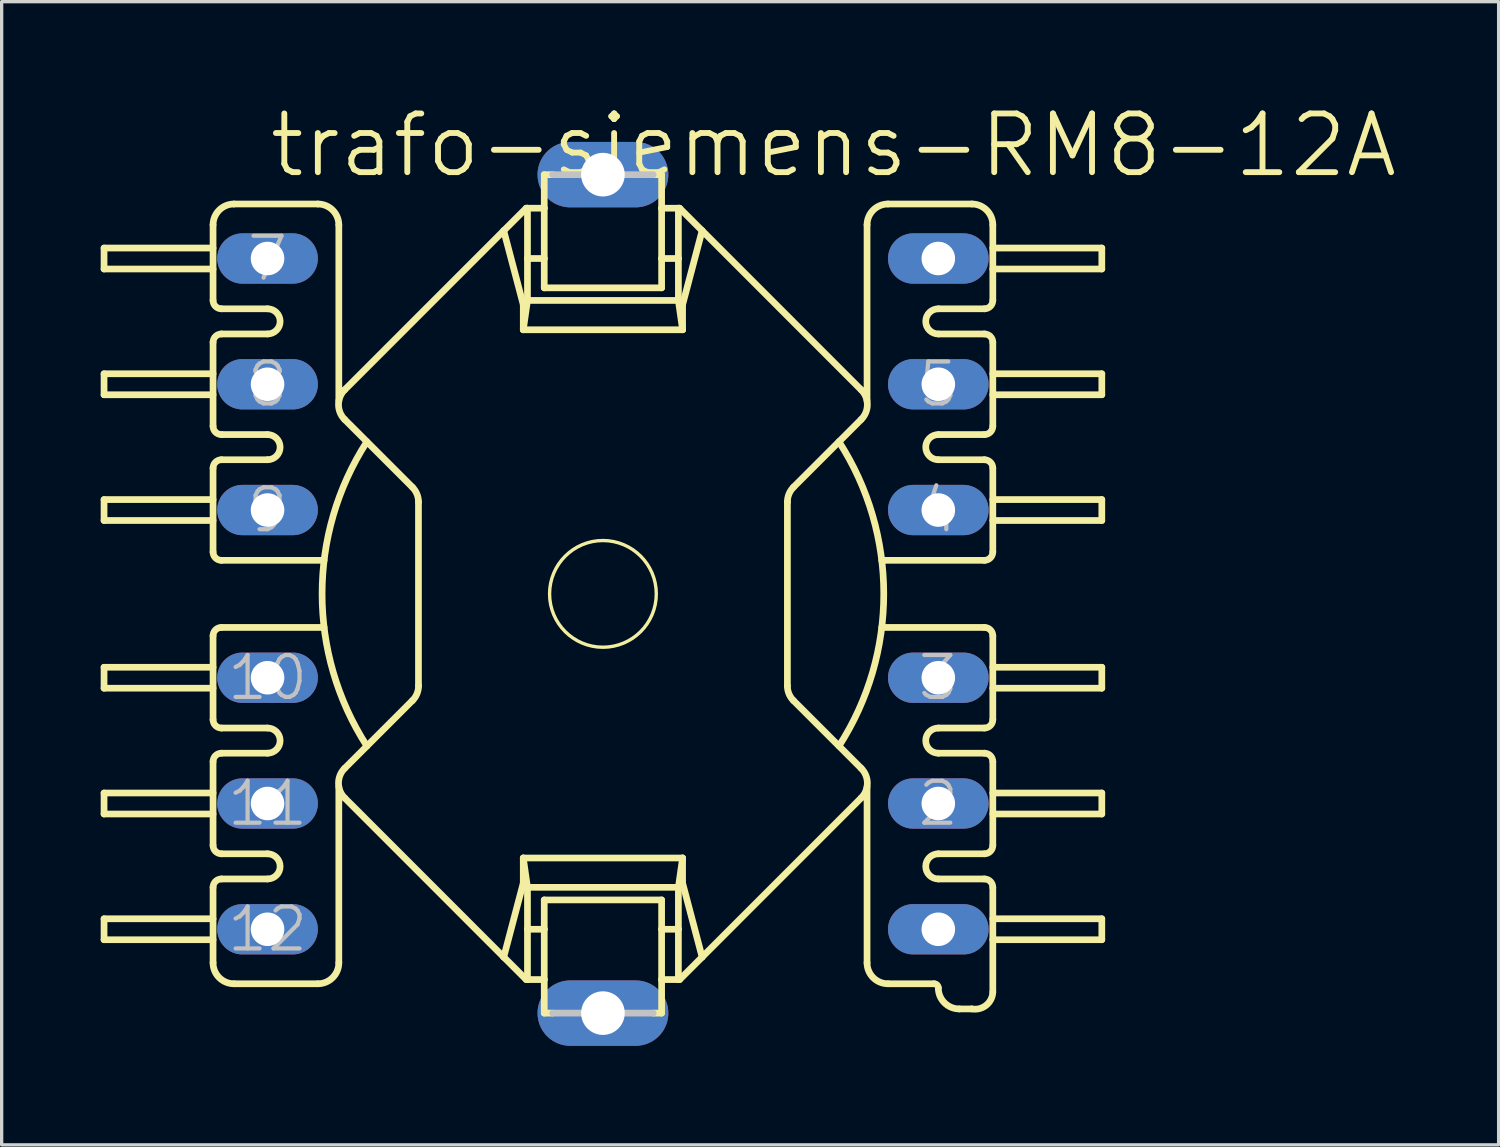
<source format=kicad_pcb>
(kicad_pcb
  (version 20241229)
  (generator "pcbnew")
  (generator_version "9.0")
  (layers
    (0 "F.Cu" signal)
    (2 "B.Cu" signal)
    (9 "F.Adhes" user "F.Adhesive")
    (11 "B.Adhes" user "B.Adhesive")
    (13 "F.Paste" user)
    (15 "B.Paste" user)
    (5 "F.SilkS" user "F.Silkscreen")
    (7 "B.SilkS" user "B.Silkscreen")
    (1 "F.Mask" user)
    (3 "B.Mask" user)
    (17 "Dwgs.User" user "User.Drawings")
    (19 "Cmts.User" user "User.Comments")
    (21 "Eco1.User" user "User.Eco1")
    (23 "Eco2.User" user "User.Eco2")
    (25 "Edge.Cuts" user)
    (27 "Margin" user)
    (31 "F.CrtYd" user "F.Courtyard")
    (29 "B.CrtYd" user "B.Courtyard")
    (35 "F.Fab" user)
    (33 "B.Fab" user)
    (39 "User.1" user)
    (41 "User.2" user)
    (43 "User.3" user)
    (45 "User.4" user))
  (footprint "trafo-siemens-RM8-12A"
    (layer "F.Cu")
    (at 15.215 14.941)
    (property "Reference" "trafo-siemens-RM8-12A" (at 6.985 -13.589 0) (layer "F.SilkS") (effects (font (size 1.778 1.778) (thickness 0.178))))
    (attr exclude_from_pos_files exclude_from_bom)
    (fp_line (start -15.113 -10.477) (end -15.113 -9.842) (stroke (width 0.203) (type solid)) (layer "F.SilkS"))
    (fp_line (start -15.113 -10.477) (end -11.811 -10.477) (stroke (width 0.203) (type solid)) (layer "F.SilkS"))
    (fp_line (start -15.113 -9.842) (end -11.811 -9.842) (stroke (width 0.203) (type solid)) (layer "F.SilkS"))
    (fp_line (start -15.113 -6.668) (end -15.113 -6.032) (stroke (width 0.203) (type solid)) (layer "F.SilkS"))
    (fp_line (start -15.113 -6.668) (end -11.811 -6.668) (stroke (width 0.203) (type solid)) (layer "F.SilkS"))
    (fp_line (start -15.113 -6.032) (end -11.811 -6.032) (stroke (width 0.203) (type solid)) (layer "F.SilkS"))
    (fp_line (start -15.113 -2.857) (end -15.113 -2.223) (stroke (width 0.203) (type solid)) (layer "F.SilkS"))
    (fp_line (start -15.113 -2.857) (end -11.811 -2.857) (stroke (width 0.203) (type solid)) (layer "F.SilkS"))
    (fp_line (start -15.113 -2.223) (end -11.811 -2.223) (stroke (width 0.203) (type solid)) (layer "F.SilkS"))
    (fp_line (start -15.113 2.223) (end -11.811 2.223) (stroke (width 0.203) (type solid)) (layer "F.SilkS"))
    (fp_line (start -15.113 2.857) (end -15.113 2.223) (stroke (width 0.203) (type solid)) (layer "F.SilkS"))
    (fp_line (start -15.113 2.857) (end -11.811 2.857) (stroke (width 0.203) (type solid)) (layer "F.SilkS"))
    (fp_line (start -15.113 6.032) (end -11.811 6.032) (stroke (width 0.203) (type solid)) (layer "F.SilkS"))
    (fp_line (start -15.113 6.668) (end -15.113 6.032) (stroke (width 0.203) (type solid)) (layer "F.SilkS"))
    (fp_line (start -15.113 6.668) (end -11.811 6.668) (stroke (width 0.203) (type solid)) (layer "F.SilkS"))
    (fp_line (start -15.113 9.842) (end -11.811 9.842) (stroke (width 0.203) (type solid)) (layer "F.SilkS"))
    (fp_line (start -15.113 10.477) (end -15.113 9.842) (stroke (width 0.203) (type solid)) (layer "F.SilkS"))
    (fp_line (start -15.113 10.477) (end -11.811 10.477) (stroke (width 0.203) (type solid)) (layer "F.SilkS"))
    (fp_line (start -11.811 -8.89) (end -11.811 -11.176) (stroke (width 0.203) (type solid)) (layer "F.SilkS"))
    (fp_line (start -11.811 -5.08) (end -11.811 -7.62) (stroke (width 0.203) (type solid)) (layer "F.SilkS"))
    (fp_line (start -11.811 -3.81) (end -11.811 -1.27) (stroke (width 0.203) (type solid)) (layer "F.SilkS"))
    (fp_line (start -11.811 3.81) (end -11.811 1.27) (stroke (width 0.203) (type solid)) (layer "F.SilkS"))
    (fp_line (start -11.811 7.62) (end -11.811 5.08) (stroke (width 0.203) (type solid)) (layer "F.SilkS"))
    (fp_line (start -11.811 11.176) (end -11.811 8.89) (stroke (width 0.203) (type solid)) (layer "F.SilkS"))
    (fp_line (start -11.557 -1.016) (end -8.448 -1.016) (stroke (width 0.203) (type solid)) (layer "F.SilkS"))
    (fp_line (start -11.557 1.016) (end -8.448 1.016) (stroke (width 0.203) (type solid)) (layer "F.SilkS"))
    (fp_line (start -10.16 -8.636) (end -11.557 -8.636) (stroke (width 0.203) (type solid)) (layer "F.SilkS"))
    (fp_line (start -10.16 -7.874) (end -11.557 -7.874) (stroke (width 0.203) (type solid)) (layer "F.SilkS"))
    (fp_line (start -10.16 -4.826) (end -11.557 -4.826) (stroke (width 0.203) (type solid)) (layer "F.SilkS"))
    (fp_line (start -10.16 -4.064) (end -11.557 -4.064) (stroke (width 0.203) (type solid)) (layer "F.SilkS"))
    (fp_line (start -10.16 4.064) (end -11.557 4.064) (stroke (width 0.203) (type solid)) (layer "F.SilkS"))
    (fp_line (start -10.16 4.826) (end -11.557 4.826) (stroke (width 0.203) (type solid)) (layer "F.SilkS"))
    (fp_line (start -10.16 7.874) (end -11.557 7.874) (stroke (width 0.203) (type solid)) (layer "F.SilkS"))
    (fp_line (start -10.16 8.636) (end -11.557 8.636) (stroke (width 0.203) (type solid)) (layer "F.SilkS"))
    (fp_line (start -8.636 -11.811) (end -11.176 -11.811) (stroke (width 0.203) (type solid)) (layer "F.SilkS"))
    (fp_line (start -8.636 11.811) (end -11.176 11.811) (stroke (width 0.203) (type solid)) (layer "F.SilkS"))
    (fp_line (start -8.001 -11.176) (end -8.001 -5.85) (stroke (width 0.203) (type solid)) (layer "F.SilkS"))
    (fp_line (start -8.001 5.85) (end -8.001 11.176) (stroke (width 0.203) (type solid)) (layer "F.SilkS"))
    (fp_line (start -7.823 6.182) (end -3.005 11.003) (stroke (width 0.203) (type solid)) (layer "F.SilkS"))
    (fp_line (start -5.773 -3.233) (end -7.823 -5.283) (stroke (width 0.203) (type solid)) (layer "F.SilkS"))
    (fp_line (start -5.773 3.233) (end -7.823 5.283) (stroke (width 0.203) (type solid)) (layer "F.SilkS"))
    (fp_line (start -5.588 -2.784) (end -5.588 2.784) (stroke (width 0.203) (type solid)) (layer "F.SilkS"))
    (fp_line (start -3.005 -11.003) (end -7.823 -6.182) (stroke (width 0.203) (type solid)) (layer "F.SilkS"))
    (fp_line (start -3.005 -11.003) (end -2.413 -8.76) (stroke (width 0.203) (type solid)) (layer "F.SilkS"))
    (fp_line (start -3.005 11.003) (end -2.324 11.684) (stroke (width 0.203) (type solid)) (layer "F.SilkS"))
    (fp_line (start -2.413 -8.001) (end -2.413 -8.76) (stroke (width 0.203) (type solid)) (layer "F.SilkS"))
    (fp_line (start -2.413 8.001) (end -2.413 8.76) (stroke (width 0.203) (type solid)) (layer "F.SilkS"))
    (fp_line (start -2.413 8.76) (end -3.005 11.003) (stroke (width 0.203) (type solid)) (layer "F.SilkS"))
    (fp_line (start -2.324 -11.684) (end -3.005 -11.003) (stroke (width 0.203) (type solid)) (layer "F.SilkS"))
    (fp_line (start -2.324 -11.684) (end -2.286 -11.684) (stroke (width 0.203) (type solid)) (layer "F.SilkS"))
    (fp_line (start -2.286 -11.684) (end -1.778 -11.684) (stroke (width 0.203) (type solid)) (layer "F.SilkS"))
    (fp_line (start -2.286 -10.16) (end -2.286 -11.684) (stroke (width 0.203) (type solid)) (layer "F.SilkS"))
    (fp_line (start -2.286 -8.89) (end -2.413 -8.001) (stroke (width 0.203) (type solid)) (layer "F.SilkS"))
    (fp_line (start -2.286 -8.89) (end -2.286 -10.16) (stroke (width 0.203) (type solid)) (layer "F.SilkS"))
    (fp_line (start -2.286 -8.89) (end 2.286 -8.89) (stroke (width 0.203) (type solid)) (layer "F.SilkS"))
    (fp_line (start -2.286 8.89) (end -2.413 8.001) (stroke (width 0.203) (type solid)) (layer "F.SilkS"))
    (fp_line (start -2.286 8.89) (end -2.286 10.16) (stroke (width 0.203) (type solid)) (layer "F.SilkS"))
    (fp_line (start -2.286 8.89) (end 2.286 8.89) (stroke (width 0.203) (type solid)) (layer "F.SilkS"))
    (fp_line (start -2.286 10.16) (end -2.286 11.684) (stroke (width 0.203) (type solid)) (layer "F.SilkS"))
    (fp_line (start -2.286 10.16) (end -1.778 10.16) (stroke (width 0.203) (type solid)) (layer "F.SilkS"))
    (fp_line (start -2.286 11.684) (end -2.324 11.684) (stroke (width 0.203) (type solid)) (layer "F.SilkS"))
    (fp_line (start -2.286 11.684) (end -1.778 11.684) (stroke (width 0.203) (type solid)) (layer "F.SilkS"))
    (fp_line (start -1.778 -12.7) (end -1.524 -12.7) (stroke (width 0.203) (type solid)) (layer "F.SilkS"))
    (fp_line (start -1.778 -11.684) (end -1.778 -12.7) (stroke (width 0.203) (type solid)) (layer "F.SilkS"))
    (fp_line (start -1.778 -10.16) (end -2.286 -10.16) (stroke (width 0.203) (type solid)) (layer "F.SilkS"))
    (fp_line (start -1.778 -10.16) (end -1.778 -11.684) (stroke (width 0.203) (type solid)) (layer "F.SilkS"))
    (fp_line (start -1.778 -9.271) (end -1.778 -10.16) (stroke (width 0.203) (type solid)) (layer "F.SilkS"))
    (fp_line (start -1.778 -9.271) (end 1.778 -9.271) (stroke (width 0.203) (type solid)) (layer "F.SilkS"))
    (fp_line (start -1.778 10.16) (end -1.778 9.271) (stroke (width 0.203) (type solid)) (layer "F.SilkS"))
    (fp_line (start -1.778 11.684) (end -1.778 10.16) (stroke (width 0.203) (type solid)) (layer "F.SilkS"))
    (fp_line (start -1.778 12.7) (end -1.778 11.684) (stroke (width 0.203) (type solid)) (layer "F.SilkS"))
    (fp_line (start -1.524 12.7) (end -1.778 12.7) (stroke (width 0.203) (type solid)) (layer "F.SilkS"))
    (fp_line (start 1.524 -12.7) (end 1.778 -12.7) (stroke (width 0.203) (type solid)) (layer "F.SilkS"))
    (fp_line (start 1.778 -12.7) (end 1.778 -11.684) (stroke (width 0.203) (type solid)) (layer "F.SilkS"))
    (fp_line (start 1.778 -11.684) (end 1.778 -10.16) (stroke (width 0.203) (type solid)) (layer "F.SilkS"))
    (fp_line (start 1.778 -10.16) (end 1.778 -9.271) (stroke (width 0.203) (type solid)) (layer "F.SilkS"))
    (fp_line (start 1.778 9.271) (end -1.778 9.271) (stroke (width 0.203) (type solid)) (layer "F.SilkS"))
    (fp_line (start 1.778 9.271) (end 1.778 10.16) (stroke (width 0.203) (type solid)) (layer "F.SilkS"))
    (fp_line (start 1.778 10.16) (end 1.778 11.684) (stroke (width 0.203) (type solid)) (layer "F.SilkS"))
    (fp_line (start 1.778 10.16) (end 2.286 10.16) (stroke (width 0.203) (type solid)) (layer "F.SilkS"))
    (fp_line (start 1.778 11.684) (end 1.778 12.7) (stroke (width 0.203) (type solid)) (layer "F.SilkS"))
    (fp_line (start 1.778 12.7) (end 1.524 12.7) (stroke (width 0.203) (type solid)) (layer "F.SilkS"))
    (fp_line (start 2.286 -11.684) (end 1.778 -11.684) (stroke (width 0.203) (type solid)) (layer "F.SilkS"))
    (fp_line (start 2.286 -11.684) (end 2.324 -11.684) (stroke (width 0.203) (type solid)) (layer "F.SilkS"))
    (fp_line (start 2.286 -10.16) (end 1.778 -10.16) (stroke (width 0.203) (type solid)) (layer "F.SilkS"))
    (fp_line (start 2.286 -10.16) (end 2.286 -11.684) (stroke (width 0.203) (type solid)) (layer "F.SilkS"))
    (fp_line (start 2.286 -8.89) (end 2.286 -10.16) (stroke (width 0.203) (type solid)) (layer "F.SilkS"))
    (fp_line (start 2.286 -8.89) (end 2.413 -8.001) (stroke (width 0.203) (type solid)) (layer "F.SilkS"))
    (fp_line (start 2.286 8.89) (end 2.286 10.16) (stroke (width 0.203) (type solid)) (layer "F.SilkS"))
    (fp_line (start 2.286 8.89) (end 2.413 8.001) (stroke (width 0.203) (type solid)) (layer "F.SilkS"))
    (fp_line (start 2.286 10.16) (end 2.286 11.684) (stroke (width 0.203) (type solid)) (layer "F.SilkS"))
    (fp_line (start 2.286 11.684) (end 1.778 11.684) (stroke (width 0.203) (type solid)) (layer "F.SilkS"))
    (fp_line (start 2.324 -11.684) (end 3.005 -11.003) (stroke (width 0.203) (type solid)) (layer "F.SilkS"))
    (fp_line (start 2.324 11.684) (end 2.286 11.684) (stroke (width 0.203) (type solid)) (layer "F.SilkS"))
    (fp_line (start 2.413 -8.001) (end -2.413 -8.001) (stroke (width 0.203) (type solid)) (layer "F.SilkS"))
    (fp_line (start 2.413 -8.001) (end 2.413 -8.76) (stroke (width 0.203) (type solid)) (layer "F.SilkS"))
    (fp_line (start 2.413 8.001) (end -2.413 8.001) (stroke (width 0.203) (type solid)) (layer "F.SilkS"))
    (fp_line (start 2.413 8.001) (end 2.413 8.76) (stroke (width 0.203) (type solid)) (layer "F.SilkS"))
    (fp_line (start 2.413 8.76) (end 3.005 11.003) (stroke (width 0.203) (type solid)) (layer "F.SilkS"))
    (fp_line (start 3.005 -11.003) (end 2.413 -8.76) (stroke (width 0.203) (type solid)) (layer "F.SilkS"))
    (fp_line (start 3.005 -11.003) (end 7.823 -6.182) (stroke (width 0.203) (type solid)) (layer "F.SilkS"))
    (fp_line (start 3.005 11.003) (end 2.324 11.684) (stroke (width 0.203) (type solid)) (layer "F.SilkS"))
    (fp_line (start 5.588 -2.784) (end 5.588 2.784) (stroke (width 0.203) (type solid)) (layer "F.SilkS"))
    (fp_line (start 5.773 -3.233) (end 7.823 -5.283) (stroke (width 0.203) (type solid)) (layer "F.SilkS"))
    (fp_line (start 5.773 3.233) (end 7.823 5.283) (stroke (width 0.203) (type solid)) (layer "F.SilkS"))
    (fp_line (start 7.823 6.182) (end 3.005 11.003) (stroke (width 0.203) (type solid)) (layer "F.SilkS"))
    (fp_line (start 8.001 -11.176) (end 8.001 -5.85) (stroke (width 0.203) (type solid)) (layer "F.SilkS"))
    (fp_line (start 8.001 5.85) (end 8.001 11.176) (stroke (width 0.203) (type solid)) (layer "F.SilkS"))
    (fp_line (start 8.636 11.811) (end 10.033 11.811) (stroke (width 0.203) (type solid)) (layer "F.SilkS"))
    (fp_line (start 10.16 -8.636) (end 11.557 -8.636) (stroke (width 0.203) (type solid)) (layer "F.SilkS"))
    (fp_line (start 10.16 -7.874) (end 11.557 -7.874) (stroke (width 0.203) (type solid)) (layer "F.SilkS"))
    (fp_line (start 10.16 -4.826) (end 11.557 -4.826) (stroke (width 0.203) (type solid)) (layer "F.SilkS"))
    (fp_line (start 10.16 -4.064) (end 11.557 -4.064) (stroke (width 0.203) (type solid)) (layer "F.SilkS"))
    (fp_line (start 10.16 4.064) (end 11.557 4.064) (stroke (width 0.203) (type solid)) (layer "F.SilkS"))
    (fp_line (start 10.16 4.826) (end 11.557 4.826) (stroke (width 0.203) (type solid)) (layer "F.SilkS"))
    (fp_line (start 10.16 7.874) (end 11.557 7.874) (stroke (width 0.203) (type solid)) (layer "F.SilkS"))
    (fp_line (start 10.16 8.636) (end 11.557 8.636) (stroke (width 0.203) (type solid)) (layer "F.SilkS"))
    (fp_line (start 11.176 -11.811) (end 8.636 -11.811) (stroke (width 0.203) (type solid)) (layer "F.SilkS"))
    (fp_line (start 11.176 12.573) (end 10.795 12.573) (stroke (width 0.203) (type solid)) (layer "F.SilkS"))
    (fp_line (start 11.557 -1.016) (end 8.448 -1.016) (stroke (width 0.203) (type solid)) (layer "F.SilkS"))
    (fp_line (start 11.557 1.016) (end 8.448 1.016) (stroke (width 0.203) (type solid)) (layer "F.SilkS"))
    (fp_line (start 11.811 -8.89) (end 11.811 -11.176) (stroke (width 0.203) (type solid)) (layer "F.SilkS"))
    (fp_line (start 11.811 -5.08) (end 11.811 -7.62) (stroke (width 0.203) (type solid)) (layer "F.SilkS"))
    (fp_line (start 11.811 -3.81) (end 11.811 -1.27) (stroke (width 0.203) (type solid)) (layer "F.SilkS"))
    (fp_line (start 11.811 3.81) (end 11.811 1.27) (stroke (width 0.203) (type solid)) (layer "F.SilkS"))
    (fp_line (start 11.811 7.62) (end 11.811 5.08) (stroke (width 0.203) (type solid)) (layer "F.SilkS"))
    (fp_line (start 11.811 12.065) (end 11.811 8.89) (stroke (width 0.203) (type solid)) (layer "F.SilkS"))
    (fp_line (start 15.113 -10.477) (end 11.811 -10.477) (stroke (width 0.203) (type solid)) (layer "F.SilkS"))
    (fp_line (start 15.113 -10.477) (end 15.113 -9.842) (stroke (width 0.203) (type solid)) (layer "F.SilkS"))
    (fp_line (start 15.113 -9.842) (end 11.811 -9.842) (stroke (width 0.203) (type solid)) (layer "F.SilkS"))
    (fp_line (start 15.113 -6.668) (end 11.811 -6.668) (stroke (width 0.203) (type solid)) (layer "F.SilkS"))
    (fp_line (start 15.113 -6.668) (end 15.113 -6.032) (stroke (width 0.203) (type solid)) (layer "F.SilkS"))
    (fp_line (start 15.113 -6.032) (end 11.811 -6.032) (stroke (width 0.203) (type solid)) (layer "F.SilkS"))
    (fp_line (start 15.113 -2.857) (end 11.811 -2.857) (stroke (width 0.203) (type solid)) (layer "F.SilkS"))
    (fp_line (start 15.113 -2.857) (end 15.113 -2.223) (stroke (width 0.203) (type solid)) (layer "F.SilkS"))
    (fp_line (start 15.113 -2.223) (end 11.811 -2.223) (stroke (width 0.203) (type solid)) (layer "F.SilkS"))
    (fp_line (start 15.113 2.223) (end 11.811 2.223) (stroke (width 0.203) (type solid)) (layer "F.SilkS"))
    (fp_line (start 15.113 2.857) (end 11.811 2.857) (stroke (width 0.203) (type solid)) (layer "F.SilkS"))
    (fp_line (start 15.113 2.857) (end 15.113 2.223) (stroke (width 0.203) (type solid)) (layer "F.SilkS"))
    (fp_line (start 15.113 6.032) (end 11.811 6.032) (stroke (width 0.203) (type solid)) (layer "F.SilkS"))
    (fp_line (start 15.113 6.668) (end 11.811 6.668) (stroke (width 0.203) (type solid)) (layer "F.SilkS"))
    (fp_line (start 15.113 6.668) (end 15.113 6.032) (stroke (width 0.203) (type solid)) (layer "F.SilkS"))
    (fp_line (start 15.113 9.842) (end 11.811 9.842) (stroke (width 0.203) (type solid)) (layer "F.SilkS"))
    (fp_line (start 15.113 10.477) (end 11.811 10.477) (stroke (width 0.203) (type solid)) (layer "F.SilkS"))
    (fp_line (start 15.113 10.477) (end 15.113 9.842) (stroke (width 0.203) (type solid)) (layer "F.SilkS"))
    (fp_arc (start -11.811 -11.176) (mid -11.625013 -11.625013) (end -11.176 -11.811) (stroke (width 0.2032) (type solid)) (layer "F.SilkS"))
    (fp_arc (start -11.811 -7.62) (mid -11.736605 -7.799605) (end -11.557 -7.874) (stroke (width 0.2032) (type solid)) (layer "F.SilkS"))
    (fp_arc (start -11.811 -3.81) (mid -11.736605 -3.989605) (end -11.557 -4.064) (stroke (width 0.2032) (type solid)) (layer "F.SilkS"))
    (fp_arc (start -11.811 1.27) (mid -11.736605 1.090395) (end -11.557 1.016) (stroke (width 0.2032) (type solid)) (layer "F.SilkS"))
    (fp_arc (start -11.811 5.08) (mid -11.736605 4.900395) (end -11.557 4.826) (stroke (width 0.2032) (type solid)) (layer "F.SilkS"))
    (fp_arc (start -11.811 8.89) (mid -11.736605 8.710395) (end -11.557 8.636) (stroke (width 0.2032) (type solid)) (layer "F.SilkS"))
    (fp_arc (start -11.557 -8.636) (mid -11.736605 -8.710395) (end -11.811 -8.89) (stroke (width 0.2032) (type solid)) (layer "F.SilkS"))
    (fp_arc (start -11.557 -4.826) (mid -11.736605 -4.900395) (end -11.811 -5.08) (stroke (width 0.2032) (type solid)) (layer "F.SilkS"))
    (fp_arc (start -11.557 -1.016) (mid -11.736605 -1.090395) (end -11.811 -1.27) (stroke (width 0.2032) (type solid)) (layer "F.SilkS"))
    (fp_arc (start -11.557 4.064) (mid -11.736605 3.989605) (end -11.811 3.81) (stroke (width 0.2032) (type solid)) (layer "F.SilkS"))
    (fp_arc (start -11.557 7.874) (mid -11.736605 7.799605) (end -11.811 7.62) (stroke (width 0.2032) (type solid)) (layer "F.SilkS"))
    (fp_arc (start -11.176 11.811) (mid -11.625013 11.625013) (end -11.811 11.176) (stroke (width 0.2032) (type solid)) (layer "F.SilkS"))
    (fp_arc (start -10.16 -8.636) (mid -9.779 -8.255) (end -10.16 -7.874) (stroke (width 0.2032) (type solid)) (layer "F.SilkS"))
    (fp_arc (start -10.16 -4.826) (mid -9.779 -4.445) (end -10.16 -4.064) (stroke (width 0.2032) (type solid)) (layer "F.SilkS"))
    (fp_arc (start -10.16 4.064) (mid -9.779 4.445) (end -10.16 4.826) (stroke (width 0.2032) (type solid)) (layer "F.SilkS"))
    (fp_arc (start -10.16 7.874) (mid -9.779 8.255) (end -10.16 8.636) (stroke (width 0.2032) (type solid)) (layer "F.SilkS"))
    (fp_arc (start -8.636 -11.811) (mid -8.186987 -11.625013) (end -8.001 -11.176) (stroke (width 0.2032) (type solid)) (layer "F.SilkS"))
    (fp_arc (start -8.001 11.176) (mid -8.186987 11.625013) (end -8.636 11.811) (stroke (width 0.2032) (type solid)) (layer "F.SilkS"))
    (fp_arc (start -7.8232 -5.2832) (mid -8.010166 -5.730984) (end -7.82574 -6.17982) (stroke (width 0.2032) (type solid)) (layer "F.SilkS"))
    (fp_arc (start -7.8232 6.18236) (mid -8.010166 5.734576) (end -7.82574 5.28574) (stroke (width 0.2032) (type solid)) (layer "F.SilkS"))
    (fp_arc (start -7.1501 4.6101) (mid -8.507464 0.001828) (end -7.152081 -4.607027) (stroke (width 0.2032) (type solid)) (layer "F.SilkS"))
    (fp_arc (start -5.77342 -3.23342) (mid -5.635808 -3.027664) (end -5.587199 -2.78495) (stroke (width 0.2032) (type solid)) (layer "F.SilkS"))
    (fp_arc (start -5.58546 2.78384) (mid -5.633777 3.027302) (end -5.771405 3.233861) (stroke (width 0.2032) (type solid)) (layer "F.SilkS"))
    (fp_arc (start 5.588 -2.78384) (mid 5.636125 -3.026332) (end 5.773204 -3.232068) (stroke (width 0.2032) (type solid)) (layer "F.SilkS"))
    (fp_arc (start 5.77342 3.23342) (mid 5.635808 3.027664) (end 5.587199 2.78495) (stroke (width 0.2032) (type solid)) (layer "F.SilkS"))
    (fp_arc (start 7.1501 -4.6101) (mid 8.507464 -0.001828) (end 7.152081 4.607027) (stroke (width 0.2032) (type solid)) (layer "F.SilkS"))
    (fp_arc (start 7.8232 -6.18236) (mid 8.010166 -5.734576) (end 7.82574 -5.28574) (stroke (width 0.2032) (type solid)) (layer "F.SilkS"))
    (fp_arc (start 7.8232 5.2832) (mid 8.010166 5.730984) (end 7.82574 6.17982) (stroke (width 0.2032) (type solid)) (layer "F.SilkS"))
    (fp_arc (start 8.001 -11.176) (mid 8.186987 -11.625013) (end 8.636 -11.811) (stroke (width 0.2032) (type solid)) (layer "F.SilkS"))
    (fp_arc (start 8.636 11.811) (mid 8.186987 11.625013) (end 8.001 11.176) (stroke (width 0.2032) (type solid)) (layer "F.SilkS"))
    (fp_arc (start 10.033 11.811) (mid 10.122803 11.848197) (end 10.16 11.938) (stroke (width 0.2032) (type solid)) (layer "F.SilkS"))
    (fp_arc (start 10.16 -7.874) (mid 9.779 -8.255) (end 10.16 -8.636) (stroke (width 0.2032) (type solid)) (layer "F.SilkS"))
    (fp_arc (start 10.16 -4.064) (mid 9.779 -4.445) (end 10.16 -4.826) (stroke (width 0.2032) (type solid)) (layer "F.SilkS"))
    (fp_arc (start 10.16 4.826) (mid 9.779 4.445) (end 10.16 4.064) (stroke (width 0.2032) (type solid)) (layer "F.SilkS"))
    (fp_arc (start 10.16 8.636) (mid 9.779 8.255) (end 10.16 7.874) (stroke (width 0.2032) (type solid)) (layer "F.SilkS"))
    (fp_arc (start 10.795 12.573) (mid 10.345987 12.387013) (end 10.16 11.938) (stroke (width 0.2032) (type solid)) (layer "F.SilkS"))
    (fp_arc (start 11.176 -11.811) (mid 11.625013 -11.625013) (end 11.811 -11.176) (stroke (width 0.2032) (type solid)) (layer "F.SilkS"))
    (fp_arc (start 11.557 -7.874) (mid 11.736605 -7.799605) (end 11.811 -7.62) (stroke (width 0.2032) (type solid)) (layer "F.SilkS"))
    (fp_arc (start 11.557 -4.064) (mid 11.736605 -3.989605) (end 11.811 -3.81) (stroke (width 0.2032) (type solid)) (layer "F.SilkS"))
    (fp_arc (start 11.557 1.016) (mid 11.736605 1.090395) (end 11.811 1.27) (stroke (width 0.2032) (type solid)) (layer "F.SilkS"))
    (fp_arc (start 11.557 4.826) (mid 11.736605 4.900395) (end 11.811 5.08) (stroke (width 0.2032) (type solid)) (layer "F.SilkS"))
    (fp_arc (start 11.557 8.636) (mid 11.736605 8.710395) (end 11.811 8.89) (stroke (width 0.2032) (type solid)) (layer "F.SilkS"))
    (fp_arc (start 11.811 -8.89) (mid 11.736605 -8.710395) (end 11.557 -8.636) (stroke (width 0.2032) (type solid)) (layer "F.SilkS"))
    (fp_arc (start 11.811 -5.08) (mid 11.736605 -4.900395) (end 11.557 -4.826) (stroke (width 0.2032) (type solid)) (layer "F.SilkS"))
    (fp_arc (start 11.811 -1.27) (mid 11.736605 -1.090395) (end 11.557 -1.016) (stroke (width 0.2032) (type solid)) (layer "F.SilkS"))
    (fp_arc (start 11.811 3.81) (mid 11.736605 3.989605) (end 11.557 4.064) (stroke (width 0.2032) (type solid)) (layer "F.SilkS"))
    (fp_arc (start 11.811 7.62) (mid 11.736605 7.799605) (end 11.557 7.874) (stroke (width 0.2032) (type solid)) (layer "F.SilkS"))
    (fp_arc (start 11.811 12.065) (mid 11.607438 12.464412) (end 11.172167 12.57168) (stroke (width 0.2032) (type solid)) (layer "F.SilkS"))
    (fp_circle (center 0 0) (end -1.143 1.143) (stroke (width 0.102) (type solid)) (fill no) (layer "F.SilkS"))
    (fp_line (start -1.524 -12.7) (end 1.524 -12.7) (stroke (width 0.203) (type solid)) (layer "Dwgs.User"))
    (fp_line (start 1.524 12.7) (end -1.524 12.7) (stroke (width 0.203) (type solid)) (layer "Dwgs.User"))
    (fp_text user "2" (at 10.16 6.35 0) (layer "Dwgs.User") (effects (font (size 1.27 1.27) (thickness 0.127))))
    (fp_text user "8" (at -10.16 -6.35 0) (layer "Dwgs.User") (effects (font (size 1.27 1.27) (thickness 0.127))))
    (fp_text user "11" (at -10.16 6.35 0) (layer "Dwgs.User") (effects (font (size 1.27 1.27) (thickness 0.127))))
    (fp_text user "5" (at 10.16 -6.35 0) (layer "Dwgs.User") (effects (font (size 1.27 1.27) (thickness 0.127))))
    (fp_text user "12" (at -10.16 10.16 0) (layer "Dwgs.User") (effects (font (size 1.27 1.27) (thickness 0.127))))
    (fp_text user "3" (at 10.16 2.54 0) (layer "Dwgs.User") (effects (font (size 1.27 1.27) (thickness 0.127))))
    (fp_text user "4" (at 10.16 -2.54 0) (layer "Dwgs.User") (effects (font (size 1.27 1.27) (thickness 0.127))))
    (fp_text user "10" (at -10.16 2.54 0) (layer "Dwgs.User") (effects (font (size 1.27 1.27) (thickness 0.127))))
    (fp_text user "7" (at -10.16 -10.16 0) (layer "Dwgs.User") (effects (font (size 1.27 1.27) (thickness 0.127))))
    (fp_text user "9" (at -10.16 -2.54 0) (layer "Dwgs.User") (effects (font (size 1.27 1.27) (thickness 0.127))))
    (pad "1" thru_hole oval (at 10.16 10.16 90) (size 1.524 3.048) (drill 1.016) (layers "*.Cu" "*.Paste" "*.Mask"))
    (pad "2" thru_hole oval (at 10.16 6.35 90) (size 1.524 3.048) (drill 1.016) (layers "*.Cu" "*.Paste" "*.Mask"))
    (pad "3" thru_hole oval (at 10.16 2.54 90) (size 1.524 3.048) (drill 1.016) (layers "*.Cu" "*.Paste" "*.Mask"))
    (pad "4" thru_hole oval (at 10.16 -2.54 90) (size 1.524 3.048) (drill 1.016) (layers "*.Cu" "*.Paste" "*.Mask"))
    (pad "5" thru_hole oval (at 10.16 -6.35 90) (size 1.524 3.048) (drill 1.016) (layers "*.Cu" "*.Paste" "*.Mask"))
    (pad "6" thru_hole oval (at 10.16 -10.16 90) (size 1.524 3.048) (drill 1.016) (layers "*.Cu" "*.Paste" "*.Mask"))
    (pad "7" thru_hole oval (at -10.16 -10.16 90) (size 1.524 3.048) (drill 1.016) (layers "*.Cu" "*.Paste" "*.Mask"))
    (pad "8" thru_hole oval (at -10.16 -6.35 90) (size 1.524 3.048) (drill 1.016) (layers "*.Cu" "*.Paste" "*.Mask"))
    (pad "9" thru_hole oval (at -10.16 -2.54 90) (size 1.524 3.048) (drill 1.016) (layers "*.Cu" "*.Paste" "*.Mask"))
    (pad "10" thru_hole oval (at -10.16 2.54 90) (size 1.524 3.048) (drill 1.016) (layers "*.Cu" "*.Paste" "*.Mask"))
    (pad "11" thru_hole oval (at -10.16 6.35 90) (size 1.524 3.048) (drill 1.016) (layers "*.Cu" "*.Paste" "*.Mask"))
    (pad "12" thru_hole oval (at -10.16 10.16 90) (size 1.524 3.048) (drill 1.016) (layers "*.Cu" "*.Paste" "*.Mask"))
    (pad "M" thru_hole oval (at 0 -12.7 90) (size 1.981 3.962) (drill 1.321) (layers "*.Cu" "*.Paste" "*.Mask"))
    (pad "M1" thru_hole oval (at 0 12.7 90) (size 1.981 3.962) (drill 1.321) (layers "*.Cu" "*.Paste" "*.Mask")))
  (gr_rect
    (start -3 -3)
    (end 42.349 31.632)
    (stroke (width 0.1) (type default))
    (fill no)
    (layer "Edge.Cuts")))
</source>
